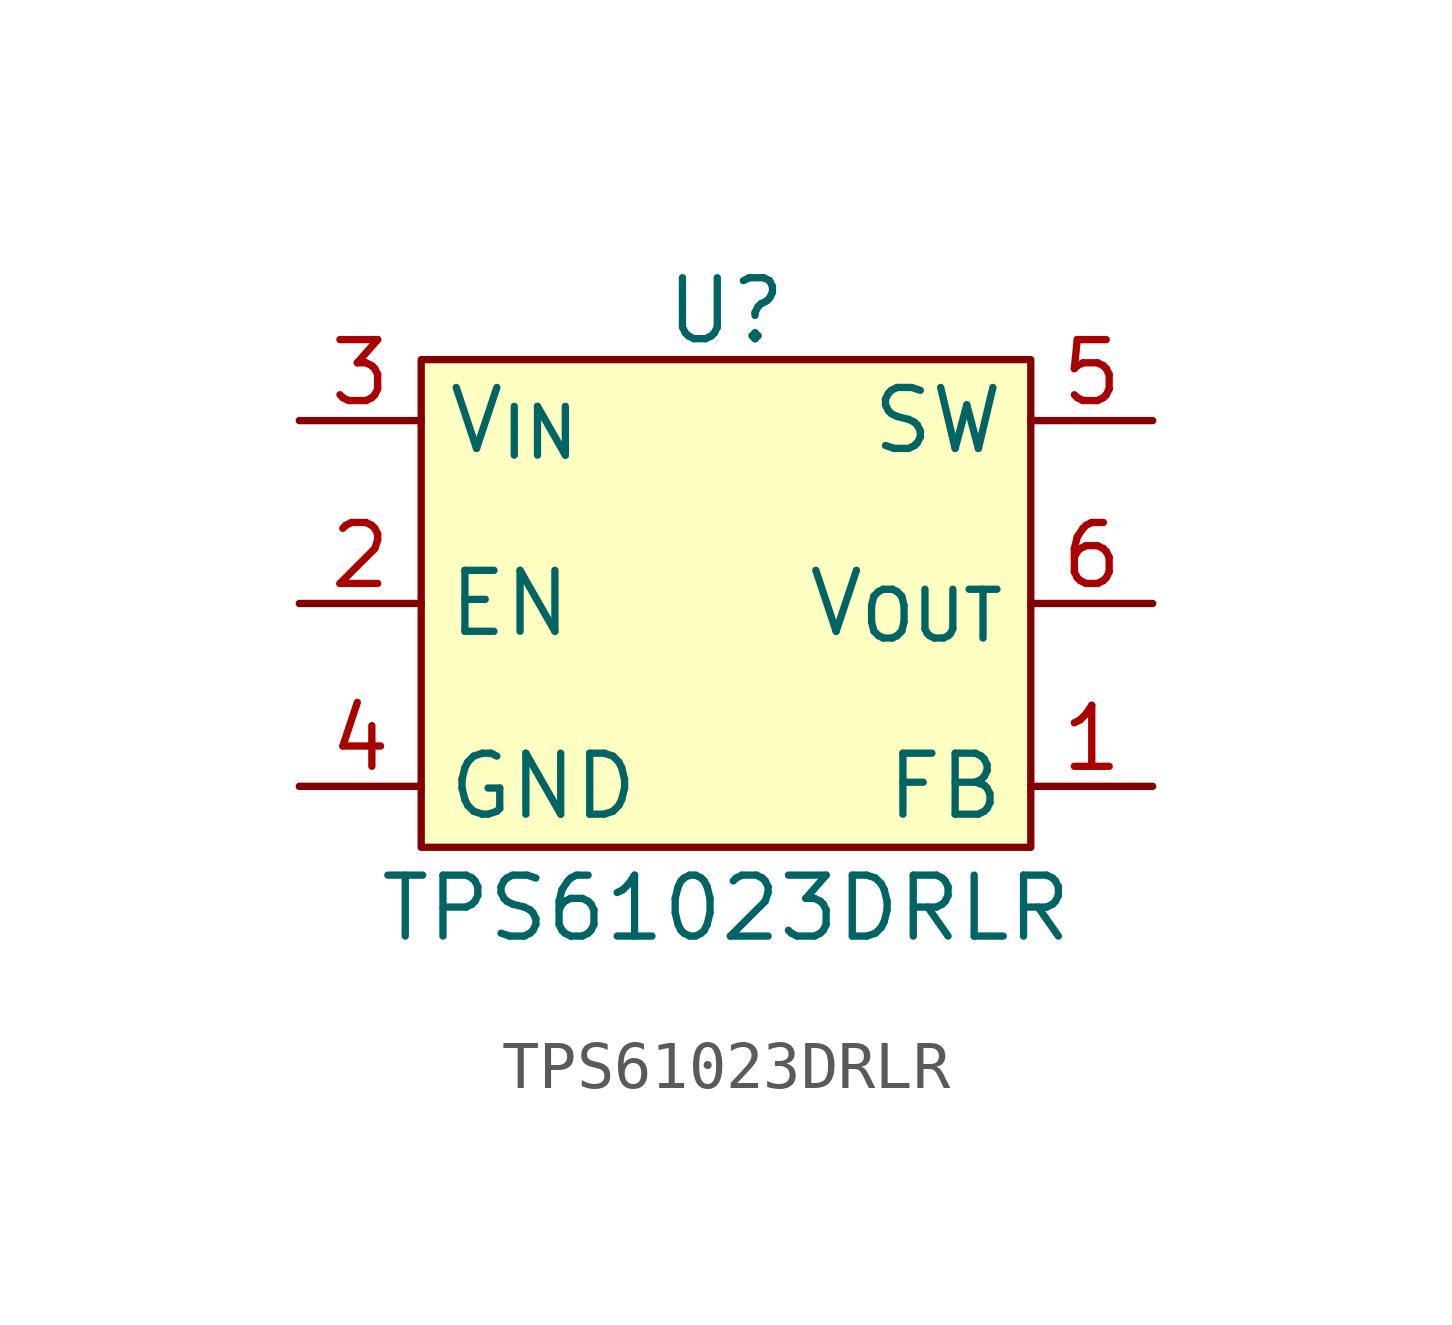
<source format=kicad_sym>
(kicad_symbol_lib
  (version 20231120)
  (generator "kicad_symbol_editor")
  (generator_version "8.0")
  (symbol "TPS61023DRLR"
    (property "Reference" "U"
      (at 0 6.096 0)
      (effects (font (size 1.27 1.27))))
    (property "Value" "TPS61023DRLR"
      (at 0 -6.35 0)
      (effects (font (size 1.27 1.27))))
    (symbol "TPS61023DRLR_1_1"
      (rectangle (start -6.35 5.08) (end 6.35 -5.08) (stroke (width 0) (type default)) (fill (type background)))
      (pin input line (at 8.89 -3.81 180) (length 2.54) (name "FB" (effects (font (size 1.27 1.27)))) (number "1" (effects (font (size 1.27 1.27)))))
      (pin input line (at -8.89 0 0) (length 2.54) (name "EN" (effects (font (size 1.27 1.27)))) (number "2" (effects (font (size 1.27 1.27)))))
      (pin power_in line (at -8.89 3.81 0) (length 2.54) (name "V_{IN}" (effects (font (size 1.27 1.27)))) (number "3" (effects (font (size 1.27 1.27)))))
      (pin power_in line (at -8.89 -3.81 0) (length 2.54) (name "GND" (effects (font (size 1.27 1.27)))) (number "4" (effects (font (size 1.27 1.27)))))
      (pin input line (at 8.89 3.81 180) (length 2.54) (name "SW" (effects (font (size 1.27 1.27)))) (number "5" (effects (font (size 1.27 1.27)))))
      (pin power_out line (at 8.89 0 180) (length 2.54) (name "V_{OUT}" (effects (font (size 1.27 1.27)))) (number "6" (effects (font (size 1.27 1.27))))))))
</source>
